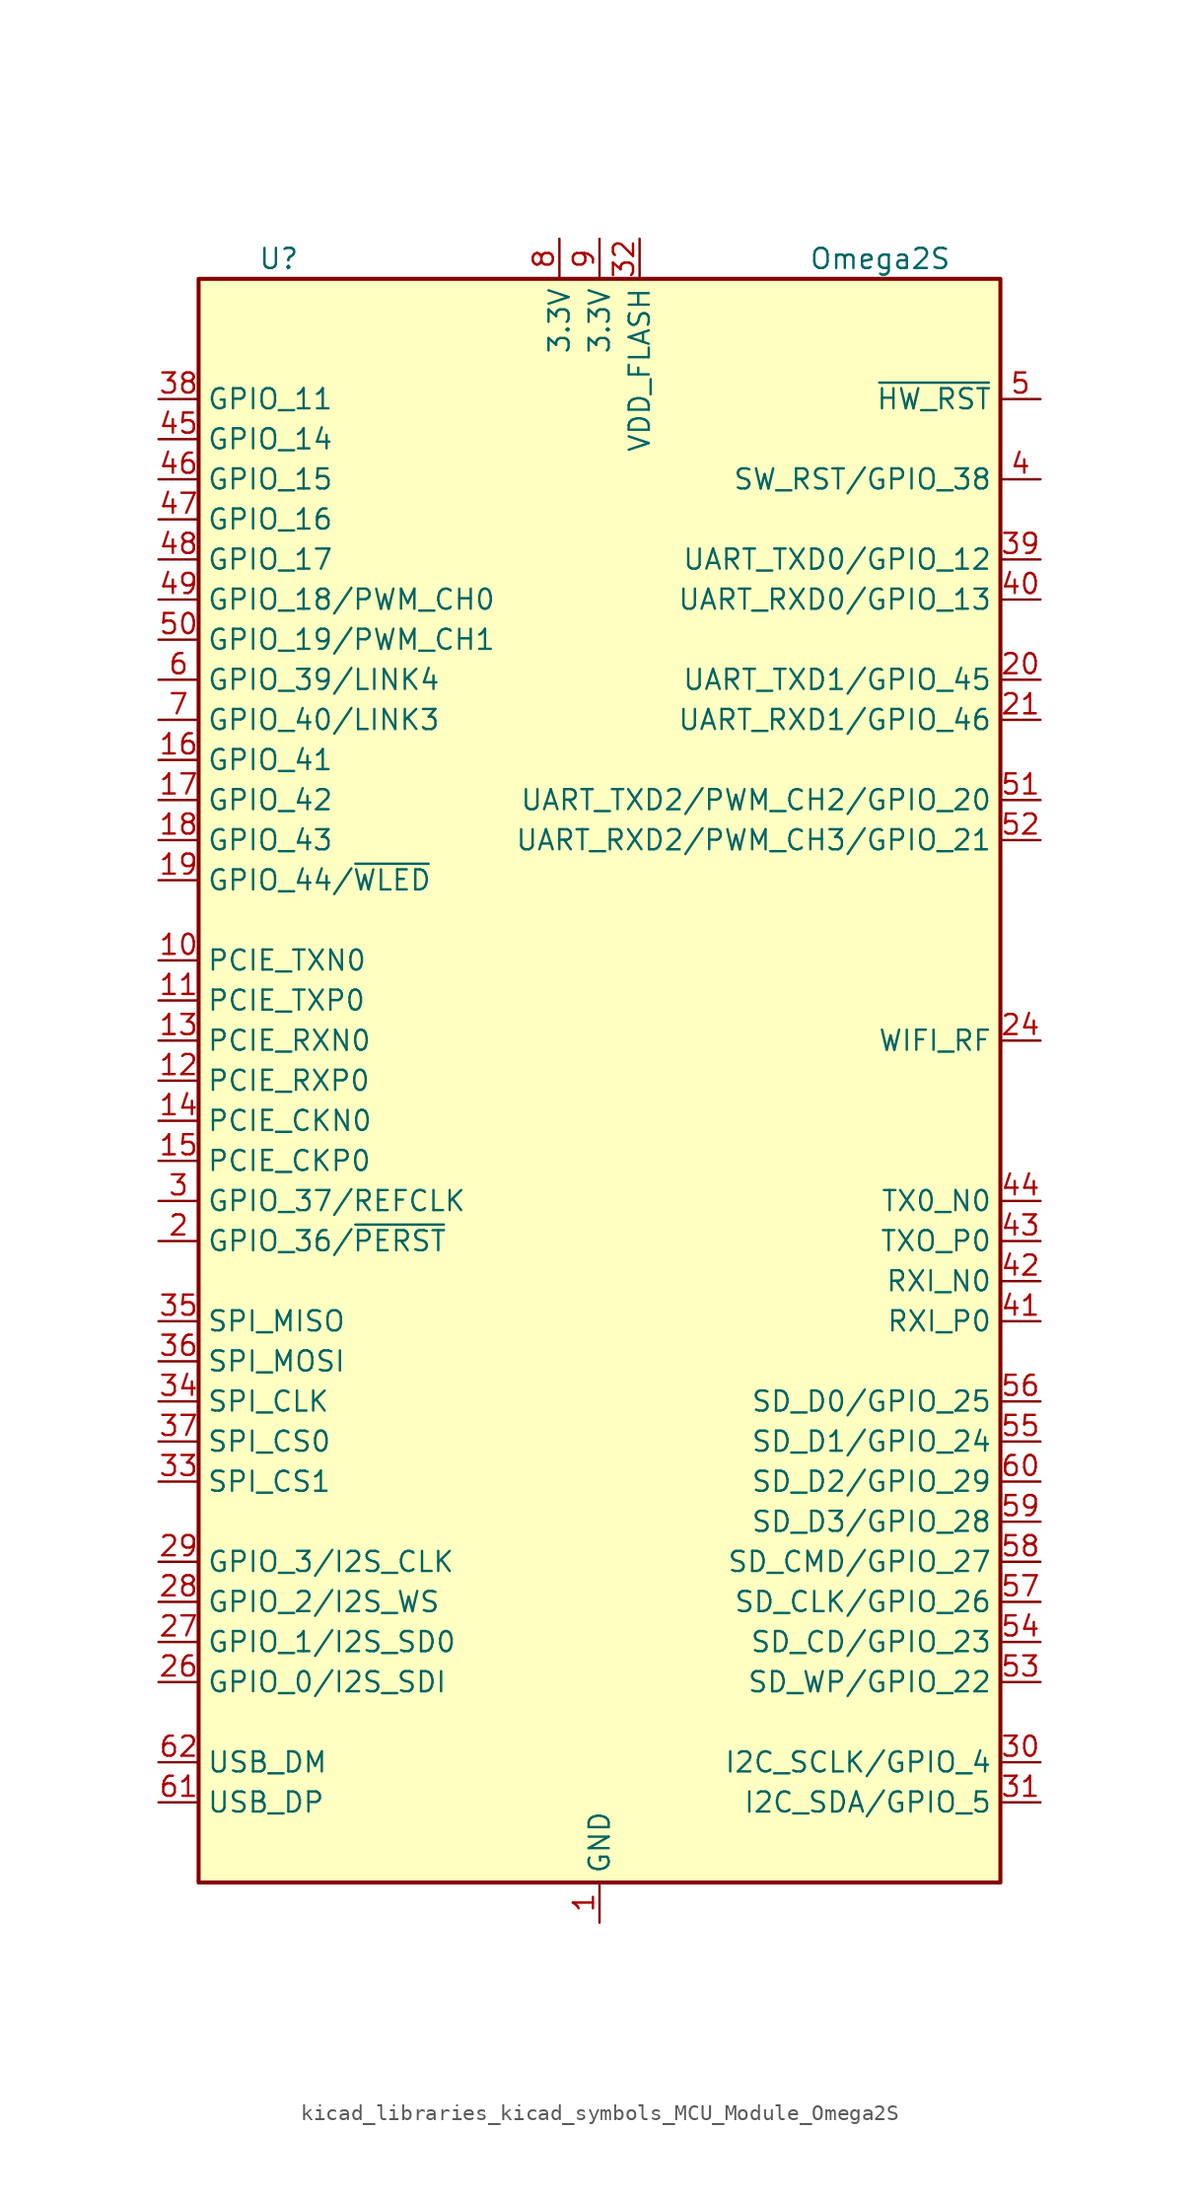
<source format=kicad_sym>
(kicad_symbol_lib
  (version 20220914)
  (generator kicad_symbol_editor)
  (symbol "kicad_libraries_kicad_symbols_MCU_Module_Omega2S"
    (property "Reference" "U"
      (at -20.32 52.07 0)
      (effects (font (size 1.27 1.27))))
    (property "Value" "Omega2S"
      (at 17.78 52.07 0)
      (effects (font (size 1.27 1.27))))
    (symbol "kicad_libraries_kicad_symbols_MCU_Module_Omega2S_0_1"
      (rectangle (start -25.4 -50.8) (end 25.4 50.8) (stroke (width 0.254) (type default)) (fill (type background))))
    (symbol "kicad_libraries_kicad_symbols_MCU_Module_Omega2S_1_1"
      (pin power_in line (at 0 -53.34 90) (length 2.54) (name "GND" (effects (font (size 1.27 1.27)))) (number "1" (effects (font (size 1.27 1.27)))))
      (pin output line (at -27.94 7.62 0) (length 2.54) (name "PCIE_TXN0" (effects (font (size 1.27 1.27)))) (number "10" (effects (font (size 1.27 1.27)))))
      (pin output line (at -27.94 5.08 0) (length 2.54) (name "PCIE_TXP0" (effects (font (size 1.27 1.27)))) (number "11" (effects (font (size 1.27 1.27)))))
      (pin input line (at -27.94 0 0) (length 2.54) (name "PCIE_RXP0" (effects (font (size 1.27 1.27)))) (number "12" (effects (font (size 1.27 1.27)))))
      (pin input line (at -27.94 2.54 0) (length 2.54) (name "PCIE_RXN0" (effects (font (size 1.27 1.27)))) (number "13" (effects (font (size 1.27 1.27)))))
      (pin output line (at -27.94 -2.54 0) (length 2.54) (name "PCIE_CKN0" (effects (font (size 1.27 1.27)))) (number "14" (effects (font (size 1.27 1.27)))))
      (pin output line (at -27.94 -5.08 0) (length 2.54) (name "PCIE_CKP0" (effects (font (size 1.27 1.27)))) (number "15" (effects (font (size 1.27 1.27)))))
      (pin bidirectional line (at -27.94 20.32 0) (length 2.54) (name "GPIO_41" (effects (font (size 1.27 1.27)))) (number "16" (effects (font (size 1.27 1.27)))))
      (pin bidirectional line (at -27.94 17.78 0) (length 2.54) (name "GPIO_42" (effects (font (size 1.27 1.27)))) (number "17" (effects (font (size 1.27 1.27)))))
      (pin bidirectional line (at -27.94 15.24 0) (length 2.54) (name "GPIO_43" (effects (font (size 1.27 1.27)))) (number "18" (effects (font (size 1.27 1.27)))))
      (pin bidirectional line (at -27.94 12.7 0) (length 2.54) (name "GPIO_44/~{WLED}" (effects (font (size 1.27 1.27)))) (number "19" (effects (font (size 1.27 1.27)))))
      (pin bidirectional line (at -27.94 -10.16 0) (length 2.54) (name "GPIO_36/~{PERST}" (effects (font (size 1.27 1.27)))) (number "2" (effects (font (size 1.27 1.27)))))
      (pin bidirectional line (at 27.94 25.4 180) (length 2.54) (name "UART_TXD1/GPIO_45" (effects (font (size 1.27 1.27)))) (number "20" (effects (font (size 1.27 1.27)))))
      (pin bidirectional line (at 27.94 22.86 180) (length 2.54) (name "UART_RXD1/GPIO_46" (effects (font (size 1.27 1.27)))) (number "21" (effects (font (size 1.27 1.27)))))
      (pin passive line (at 0 -53.34 90) (length 2.54) hide (name "GND" (effects (font (size 1.27 1.27)))) (number "22" (effects (font (size 1.27 1.27)))))
      (pin passive line (at 0 -53.34 90) (length 2.54) hide (name "GND" (effects (font (size 1.27 1.27)))) (number "23" (effects (font (size 1.27 1.27)))))
      (pin passive line (at 27.94 2.54 180) (length 2.54) (name "WIFI_RF" (effects (font (size 1.27 1.27)))) (number "24" (effects (font (size 1.27 1.27)))))
      (pin passive line (at 0 -53.34 90) (length 2.54) hide (name "GND" (effects (font (size 1.27 1.27)))) (number "25" (effects (font (size 1.27 1.27)))))
      (pin bidirectional line (at -27.94 -38.1 0) (length 2.54) (name "GPIO_0/I2S_SDI" (effects (font (size 1.27 1.27)))) (number "26" (effects (font (size 1.27 1.27)))))
      (pin bidirectional line (at -27.94 -35.56 0) (length 2.54) (name "GPIO_1/I2S_SD0" (effects (font (size 1.27 1.27)))) (number "27" (effects (font (size 1.27 1.27)))))
      (pin bidirectional line (at -27.94 -33.02 0) (length 2.54) (name "GPIO_2/I2S_WS" (effects (font (size 1.27 1.27)))) (number "28" (effects (font (size 1.27 1.27)))))
      (pin bidirectional line (at -27.94 -30.48 0) (length 2.54) (name "GPIO_3/I2S_CLK" (effects (font (size 1.27 1.27)))) (number "29" (effects (font (size 1.27 1.27)))))
      (pin bidirectional line (at -27.94 -7.62 0) (length 2.54) (name "GPIO_37/REFCLK" (effects (font (size 1.27 1.27)))) (number "3" (effects (font (size 1.27 1.27)))))
      (pin bidirectional line (at 27.94 -43.18 180) (length 2.54) (name "I2C_SCLK/GPIO_4" (effects (font (size 1.27 1.27)))) (number "30" (effects (font (size 1.27 1.27)))))
      (pin bidirectional line (at 27.94 -45.72 180) (length 2.54) (name "I2C_SDA/GPIO_5" (effects (font (size 1.27 1.27)))) (number "31" (effects (font (size 1.27 1.27)))))
      (pin power_in line (at 2.54 53.34 270) (length 2.54) (name "VDD_FLASH" (effects (font (size 1.27 1.27)))) (number "32" (effects (font (size 1.27 1.27)))))
      (pin output line (at -27.94 -25.4 0) (length 2.54) (name "SPI_CS1" (effects (font (size 1.27 1.27)))) (number "33" (effects (font (size 1.27 1.27)))))
      (pin output line (at -27.94 -20.32 0) (length 2.54) (name "SPI_CLK" (effects (font (size 1.27 1.27)))) (number "34" (effects (font (size 1.27 1.27)))))
      (pin input line (at -27.94 -15.24 0) (length 2.54) (name "SPI_MISO" (effects (font (size 1.27 1.27)))) (number "35" (effects (font (size 1.27 1.27)))))
      (pin output line (at -27.94 -17.78 0) (length 2.54) (name "SPI_MOSI" (effects (font (size 1.27 1.27)))) (number "36" (effects (font (size 1.27 1.27)))))
      (pin output line (at -27.94 -22.86 0) (length 2.54) (name "SPI_CS0" (effects (font (size 1.27 1.27)))) (number "37" (effects (font (size 1.27 1.27)))))
      (pin bidirectional line (at -27.94 43.18 0) (length 2.54) (name "GPIO_11" (effects (font (size 1.27 1.27)))) (number "38" (effects (font (size 1.27 1.27)))))
      (pin bidirectional line (at 27.94 33.02 180) (length 2.54) (name "UART_TXD0/GPIO_12" (effects (font (size 1.27 1.27)))) (number "39" (effects (font (size 1.27 1.27)))))
      (pin bidirectional line (at 27.94 38.1 180) (length 2.54) (name "SW_RST/GPIO_38" (effects (font (size 1.27 1.27)))) (number "4" (effects (font (size 1.27 1.27)))))
      (pin bidirectional line (at 27.94 30.48 180) (length 2.54) (name "UART_RXD0/GPIO_13" (effects (font (size 1.27 1.27)))) (number "40" (effects (font (size 1.27 1.27)))))
      (pin input line (at 27.94 -15.24 180) (length 2.54) (name "RXI_P0" (effects (font (size 1.27 1.27)))) (number "41" (effects (font (size 1.27 1.27)))))
      (pin input line (at 27.94 -12.7 180) (length 2.54) (name "RXI_N0" (effects (font (size 1.27 1.27)))) (number "42" (effects (font (size 1.27 1.27)))))
      (pin output line (at 27.94 -10.16 180) (length 2.54) (name "TXO_P0" (effects (font (size 1.27 1.27)))) (number "43" (effects (font (size 1.27 1.27)))))
      (pin output line (at 27.94 -7.62 180) (length 2.54) (name "TX0_N0" (effects (font (size 1.27 1.27)))) (number "44" (effects (font (size 1.27 1.27)))))
      (pin bidirectional line (at -27.94 40.64 0) (length 2.54) (name "GPIO_14" (effects (font (size 1.27 1.27)))) (number "45" (effects (font (size 1.27 1.27)))))
      (pin bidirectional line (at -27.94 38.1 0) (length 2.54) (name "GPIO_15" (effects (font (size 1.27 1.27)))) (number "46" (effects (font (size 1.27 1.27)))))
      (pin bidirectional line (at -27.94 35.56 0) (length 2.54) (name "GPIO_16" (effects (font (size 1.27 1.27)))) (number "47" (effects (font (size 1.27 1.27)))))
      (pin bidirectional line (at -27.94 33.02 0) (length 2.54) (name "GPIO_17" (effects (font (size 1.27 1.27)))) (number "48" (effects (font (size 1.27 1.27)))))
      (pin bidirectional line (at -27.94 30.48 0) (length 2.54) (name "GPIO_18/PWM_CH0" (effects (font (size 1.27 1.27)))) (number "49" (effects (font (size 1.27 1.27)))))
      (pin input line (at 27.94 43.18 180) (length 2.54) (name "~{HW_RST}" (effects (font (size 1.27 1.27)))) (number "5" (effects (font (size 1.27 1.27)))))
      (pin bidirectional line (at -27.94 27.94 0) (length 2.54) (name "GPIO_19/PWM_CH1" (effects (font (size 1.27 1.27)))) (number "50" (effects (font (size 1.27 1.27)))))
      (pin bidirectional line (at 27.94 17.78 180) (length 2.54) (name "UART_TXD2/PWM_CH2/GPIO_20" (effects (font (size 1.27 1.27)))) (number "51" (effects (font (size 1.27 1.27)))))
      (pin bidirectional line (at 27.94 15.24 180) (length 2.54) (name "UART_RXD2/PWM_CH3/GPIO_21" (effects (font (size 1.27 1.27)))) (number "52" (effects (font (size 1.27 1.27)))))
      (pin bidirectional line (at 27.94 -38.1 180) (length 2.54) (name "SD_WP/GPIO_22" (effects (font (size 1.27 1.27)))) (number "53" (effects (font (size 1.27 1.27)))))
      (pin bidirectional line (at 27.94 -35.56 180) (length 2.54) (name "SD_CD/GPIO_23" (effects (font (size 1.27 1.27)))) (number "54" (effects (font (size 1.27 1.27)))))
      (pin bidirectional line (at 27.94 -22.86 180) (length 2.54) (name "SD_D1/GPIO_24" (effects (font (size 1.27 1.27)))) (number "55" (effects (font (size 1.27 1.27)))))
      (pin bidirectional line (at 27.94 -20.32 180) (length 2.54) (name "SD_D0/GPIO_25" (effects (font (size 1.27 1.27)))) (number "56" (effects (font (size 1.27 1.27)))))
      (pin bidirectional line (at 27.94 -33.02 180) (length 2.54) (name "SD_CLK/GPIO_26" (effects (font (size 1.27 1.27)))) (number "57" (effects (font (size 1.27 1.27)))))
      (pin bidirectional line (at 27.94 -30.48 180) (length 2.54) (name "SD_CMD/GPIO_27" (effects (font (size 1.27 1.27)))) (number "58" (effects (font (size 1.27 1.27)))))
      (pin bidirectional line (at 27.94 -27.94 180) (length 2.54) (name "SD_D3/GPIO_28" (effects (font (size 1.27 1.27)))) (number "59" (effects (font (size 1.27 1.27)))))
      (pin bidirectional line (at -27.94 25.4 0) (length 2.54) (name "GPIO_39/LINK4" (effects (font (size 1.27 1.27)))) (number "6" (effects (font (size 1.27 1.27)))))
      (pin bidirectional line (at 27.94 -25.4 180) (length 2.54) (name "SD_D2/GPIO_29" (effects (font (size 1.27 1.27)))) (number "60" (effects (font (size 1.27 1.27)))))
      (pin bidirectional line (at -27.94 -45.72 0) (length 2.54) (name "USB_DP" (effects (font (size 1.27 1.27)))) (number "61" (effects (font (size 1.27 1.27)))))
      (pin bidirectional line (at -27.94 -43.18 0) (length 2.54) (name "USB_DM" (effects (font (size 1.27 1.27)))) (number "62" (effects (font (size 1.27 1.27)))))
      (pin passive line (at 0 -53.34 90) (length 2.54) hide (name "GND" (effects (font (size 1.27 1.27)))) (number "63" (effects (font (size 1.27 1.27)))))
      (pin passive line (at 0 -53.34 90) (length 2.54) hide (name "GND" (effects (font (size 1.27 1.27)))) (number "64" (effects (font (size 1.27 1.27)))))
      (pin bidirectional line (at -27.94 22.86 0) (length 2.54) (name "GPIO_40/LINK3" (effects (font (size 1.27 1.27)))) (number "7" (effects (font (size 1.27 1.27)))))
      (pin power_in line (at -2.54 53.34 270) (length 2.54) (name "3.3V" (effects (font (size 1.27 1.27)))) (number "8" (effects (font (size 1.27 1.27)))))
      (pin power_in line (at 0 53.34 270) (length 2.54) (name "3.3V" (effects (font (size 1.27 1.27)))) (number "9" (effects (font (size 1.27 1.27))))))))
</source>
